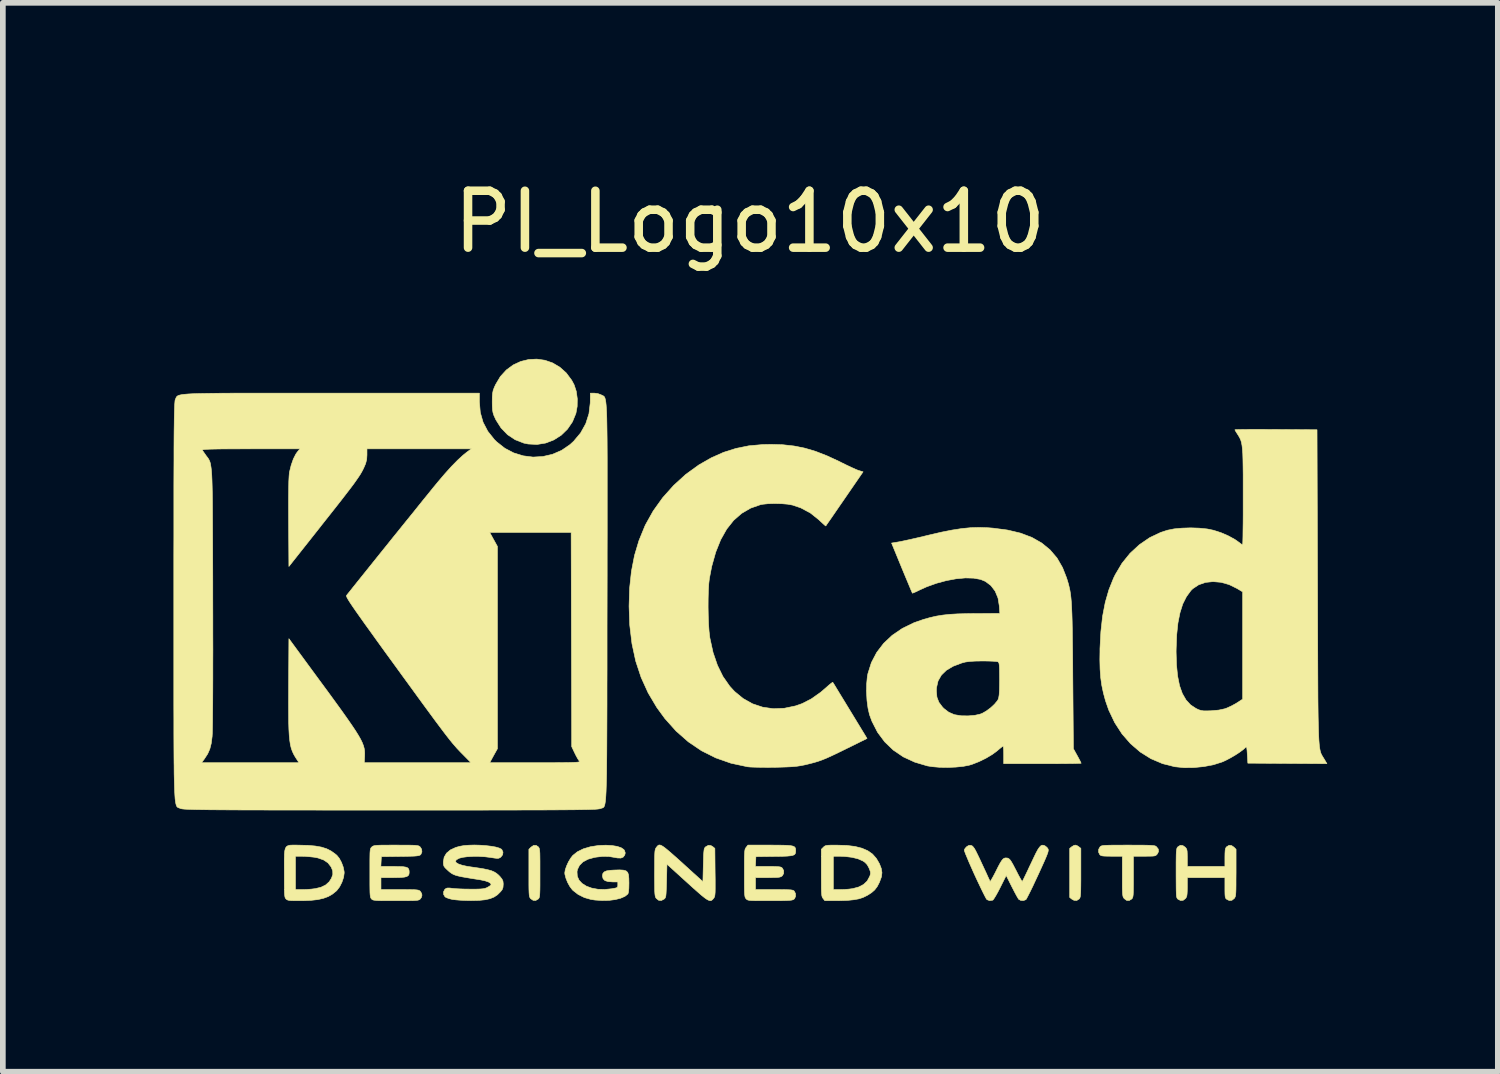
<source format=kicad_pcb>
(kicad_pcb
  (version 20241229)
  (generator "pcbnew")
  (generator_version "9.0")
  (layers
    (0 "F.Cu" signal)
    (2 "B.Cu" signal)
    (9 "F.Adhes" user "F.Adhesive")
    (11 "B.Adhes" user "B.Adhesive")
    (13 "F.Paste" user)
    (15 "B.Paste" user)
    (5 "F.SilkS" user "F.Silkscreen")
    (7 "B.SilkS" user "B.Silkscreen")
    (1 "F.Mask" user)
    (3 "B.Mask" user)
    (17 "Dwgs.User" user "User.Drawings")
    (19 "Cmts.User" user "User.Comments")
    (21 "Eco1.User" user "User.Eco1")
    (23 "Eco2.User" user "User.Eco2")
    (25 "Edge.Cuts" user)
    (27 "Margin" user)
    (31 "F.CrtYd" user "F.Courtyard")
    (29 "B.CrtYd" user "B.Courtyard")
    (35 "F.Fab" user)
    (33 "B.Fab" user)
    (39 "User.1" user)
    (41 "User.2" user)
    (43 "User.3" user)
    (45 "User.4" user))
  (footprint "PI_Logo10x10"
    (layer "F.Cu")
    (at 10.129 7.198)
    (property "Reference" "PI_Logo10x10" (at 0 -6.35 0) (layer "F.SilkS") (effects (font (size 1 1) (thickness 0.15))))
    (attr exclude_from_pos_files exclude_from_bom)
    (fp_poly (pts (xy 5.752 4.615) (xy 5.783 4.635) (xy 5.819 4.664) (xy 5.819 5.092) (xy 5.819 5.217) (xy 5.818 5.316) (xy 5.817 5.391) (xy 5.815 5.447) (xy 5.812 5.487) (xy 5.808 5.515) (xy 5.802 5.533) (xy 5.795 5.545) (xy 5.79 5.552) (xy 5.748 5.579) (xy 5.701 5.578) (xy 5.659 5.555) (xy 5.623 5.526) (xy 5.623 4.664) (xy 5.659 4.635) (xy 5.693 4.614) (xy 5.721 4.606) (xy 5.752 4.615)) (stroke (width 0.01) (type solid)) (fill yes) (layer "F.SilkS"))
    (fp_poly (pts (xy -3.718 4.636) (xy -3.709 4.647) (xy -3.702 4.66) (xy -3.697 4.679) (xy -3.693 4.708) (xy -3.69 4.751) (xy -3.689 4.811) (xy -3.688 4.89) (xy -3.688 4.994) (xy -3.688 5.095) (xy -3.688 5.22) (xy -3.688 5.318) (xy -3.689 5.393) (xy -3.691 5.449) (xy -3.694 5.489) (xy -3.698 5.516) (xy -3.703 5.533) (xy -3.711 5.545) (xy -3.718 5.553) (xy -3.762 5.579) (xy -3.808 5.577) (xy -3.85 5.549) (xy -3.86 5.537) (xy -3.867 5.524) (xy -3.873 5.506) (xy -3.877 5.479) (xy -3.88 5.439) (xy -3.882 5.383) (xy -3.883 5.308) (xy -3.883 5.209) (xy -3.883 5.097) (xy -3.883 4.68) (xy -3.846 4.643) (xy -3.801 4.612) (xy -3.756 4.611) (xy -3.718 4.636)) (stroke (width 0.01) (type solid)) (fill yes) (layer "F.SilkS"))
    (fp_poly (pts (xy -3.602 -3.916) (xy -3.466 -3.869) (xy -3.339 -3.794) (xy -3.226 -3.693) (xy -3.13 -3.564) (xy -3.087 -3.483) (xy -3.05 -3.37) (xy -3.032 -3.239) (xy -3.034 -3.105) (xy -3.056 -2.983) (xy -3.117 -2.834) (xy -3.205 -2.705) (xy -3.315 -2.598) (xy -3.444 -2.516) (xy -3.587 -2.461) (xy -3.739 -2.436) (xy -3.896 -2.444) (xy -3.973 -2.46) (xy -4.124 -2.519) (xy -4.258 -2.608) (xy -4.372 -2.726) (xy -4.463 -2.869) (xy -4.47 -2.885) (xy -4.497 -2.943) (xy -4.513 -2.993) (xy -4.522 -3.045) (xy -4.526 -3.111) (xy -4.527 -3.184) (xy -4.526 -3.271) (xy -4.521 -3.334) (xy -4.511 -3.385) (xy -4.492 -3.436) (xy -4.469 -3.487) (xy -4.384 -3.63) (xy -4.279 -3.745) (xy -4.158 -3.834) (xy -4.026 -3.895) (xy -3.886 -3.929) (xy -3.744 -3.936) (xy -3.602 -3.916)) (stroke (width 0.01) (type solid)) (fill yes) (layer "F.SilkS"))
    (fp_poly (pts (xy 6.783 4.607) (xy 6.887 4.607) (xy 6.969 4.608) (xy 7.03 4.61) (xy 7.074 4.613) (xy 7.105 4.616) (xy 7.126 4.621) (xy 7.139 4.628) (xy 7.146 4.633) (xy 7.18 4.676) (xy 7.184 4.721) (xy 7.163 4.762) (xy 7.149 4.778) (xy 7.134 4.789) (xy 7.113 4.796) (xy 7.079 4.8) (xy 7.027 4.801) (xy 6.952 4.802) (xy 6.937 4.802) (xy 6.743 4.802) (xy 6.743 5.163) (xy 6.743 5.276) (xy 6.742 5.364) (xy 6.741 5.429) (xy 6.739 5.475) (xy 6.735 5.507) (xy 6.729 5.528) (xy 6.722 5.543) (xy 6.713 5.553) (xy 6.669 5.58) (xy 6.623 5.578) (xy 6.582 5.547) (xy 6.579 5.544) (xy 6.569 5.53) (xy 6.561 5.513) (xy 6.556 5.49) (xy 6.552 5.457) (xy 6.55 5.409) (xy 6.548 5.343) (xy 6.548 5.254) (xy 6.548 5.153) (xy 6.548 4.802) (xy 6.362 4.802) (xy 6.282 4.801) (xy 6.227 4.799) (xy 6.191 4.795) (xy 6.168 4.787) (xy 6.153 4.776) (xy 6.152 4.774) (xy 6.13 4.73) (xy 6.132 4.68) (xy 6.157 4.636) (xy 6.167 4.628) (xy 6.179 4.621) (xy 6.198 4.616) (xy 6.226 4.612) (xy 6.267 4.61) (xy 6.324 4.608) (xy 6.4 4.607) (xy 6.499 4.607) (xy 6.624 4.606) (xy 6.651 4.606) (xy 6.783 4.607)) (stroke (width 0.01) (type solid)) (fill yes) (layer "F.SilkS"))
    (fp_poly (pts (xy 8.468 4.614) (xy 8.51 4.643) (xy 8.547 4.68) (xy 8.547 5.092) (xy 8.546 5.214) (xy 8.546 5.31) (xy 8.545 5.384) (xy 8.543 5.438) (xy 8.54 5.476) (xy 8.536 5.503) (xy 8.529 5.521) (xy 8.522 5.535) (xy 8.515 5.544) (xy 8.474 5.576) (xy 8.427 5.58) (xy 8.385 5.56) (xy 8.37 5.548) (xy 8.361 5.532) (xy 8.355 5.507) (xy 8.352 5.466) (xy 8.351 5.405) (xy 8.351 5.357) (xy 8.351 5.178) (xy 7.69 5.178) (xy 7.69 5.341) (xy 7.689 5.416) (xy 7.686 5.467) (xy 7.681 5.501) (xy 7.671 5.526) (xy 7.659 5.544) (xy 7.618 5.576) (xy 7.571 5.58) (xy 7.526 5.557) (xy 7.514 5.545) (xy 7.506 5.529) (xy 7.5 5.504) (xy 7.497 5.465) (xy 7.495 5.406) (xy 7.494 5.324) (xy 7.494 5.305) (xy 7.493 5.15) (xy 7.493 5.023) (xy 7.493 4.919) (xy 7.494 4.838) (xy 7.495 4.775) (xy 7.497 4.728) (xy 7.501 4.695) (xy 7.505 4.671) (xy 7.51 4.656) (xy 7.517 4.645) (xy 7.525 4.636) (xy 7.567 4.61) (xy 7.611 4.614) (xy 7.653 4.643) (xy 7.67 4.662) (xy 7.681 4.684) (xy 7.687 4.714) (xy 7.689 4.76) (xy 7.69 4.828) (xy 7.69 4.982) (xy 8.351 4.982) (xy 8.351 4.824) (xy 8.352 4.752) (xy 8.355 4.703) (xy 8.36 4.671) (xy 8.37 4.649) (xy 8.381 4.636) (xy 8.424 4.61) (xy 8.468 4.614)) (stroke (width 0.01) (type solid)) (fill yes) (layer "F.SilkS"))
    (fp_poly (pts (xy 1.531 4.607) (xy 1.703 4.612) (xy 1.849 4.63) (xy 1.971 4.661) (xy 2.073 4.705) (xy 2.157 4.764) (xy 2.224 4.84) (xy 2.278 4.932) (xy 2.279 4.934) (xy 2.311 5.017) (xy 2.323 5.09) (xy 2.314 5.164) (xy 2.283 5.248) (xy 2.278 5.261) (xy 2.239 5.336) (xy 2.195 5.394) (xy 2.139 5.443) (xy 2.062 5.492) (xy 2.057 5.494) (xy 1.99 5.527) (xy 1.915 5.551) (xy 1.825 5.567) (xy 1.718 5.578) (xy 1.586 5.582) (xy 1.54 5.583) (xy 1.319 5.583) (xy 1.288 5.544) (xy 1.279 5.531) (xy 1.272 5.516) (xy 1.266 5.494) (xy 1.263 5.464) (xy 1.26 5.42) (xy 1.259 5.388) (xy 1.468 5.388) (xy 1.593 5.388) (xy 1.666 5.386) (xy 1.741 5.38) (xy 1.802 5.372) (xy 1.806 5.372) (xy 1.916 5.342) (xy 2 5.298) (xy 2.064 5.237) (xy 2.107 5.157) (xy 2.115 5.136) (xy 2.122 5.103) (xy 2.119 5.071) (xy 2.103 5.028) (xy 2.094 5.006) (xy 2.063 4.95) (xy 2.025 4.91) (xy 1.984 4.883) (xy 1.902 4.847) (xy 1.796 4.821) (xy 1.673 4.806) (xy 1.584 4.802) (xy 1.468 4.802) (xy 1.468 5.388) (xy 1.259 5.388) (xy 1.258 5.36) (xy 1.258 5.279) (xy 1.257 5.174) (xy 1.257 5.092) (xy 1.257 4.68) (xy 1.294 4.643) (xy 1.31 4.628) (xy 1.328 4.618) (xy 1.353 4.612) (xy 1.39 4.608) (xy 1.446 4.607) (xy 1.526 4.607) (xy 1.531 4.607)) (stroke (width 0.01) (type solid)) (fill yes) (layer "F.SilkS"))
    (fp_poly (pts (xy -7.975 4.606) (xy -7.922 4.607) (xy -7.768 4.611) (xy -7.639 4.622) (xy -7.531 4.641) (xy -7.439 4.67) (xy -7.358 4.711) (xy -7.286 4.763) (xy -7.259 4.785) (xy -7.216 4.838) (xy -7.177 4.91) (xy -7.147 4.99) (xy -7.131 5.067) (xy -7.129 5.095) (xy -7.14 5.173) (xy -7.169 5.259) (xy -7.21 5.34) (xy -7.259 5.404) (xy -7.267 5.412) (xy -7.335 5.467) (xy -7.409 5.51) (xy -7.493 5.541) (xy -7.593 5.564) (xy -7.712 5.577) (xy -7.854 5.583) (xy -7.919 5.583) (xy -8.002 5.583) (xy -8.06 5.581) (xy -8.099 5.578) (xy -8.125 5.571) (xy -8.142 5.562) (xy -8.151 5.553) (xy -8.16 5.543) (xy -8.167 5.53) (xy -8.172 5.511) (xy -8.176 5.481) (xy -8.179 5.439) (xy -8.18 5.379) (xy -8.181 5.299) (xy -8.181 5.196) (xy -8.181 5.095) (xy -8.182 4.961) (xy -8.182 4.853) (xy -8.18 4.802) (xy -7.986 4.802) (xy -7.986 5.388) (xy -7.862 5.388) (xy -7.787 5.386) (xy -7.709 5.38) (xy -7.644 5.372) (xy -7.642 5.372) (xy -7.537 5.347) (xy -7.455 5.307) (xy -7.393 5.251) (xy -7.353 5.189) (xy -7.329 5.122) (xy -7.331 5.058) (xy -7.359 4.99) (xy -7.414 4.919) (xy -7.491 4.867) (xy -7.59 4.832) (xy -7.657 4.819) (xy -7.732 4.811) (xy -7.812 4.804) (xy -7.881 4.802) (xy -7.885 4.802) (xy -7.986 4.802) (xy -8.18 4.802) (xy -8.18 4.77) (xy -8.174 4.708) (xy -8.163 4.663) (xy -8.145 4.634) (xy -8.119 4.617) (xy -8.083 4.608) (xy -8.036 4.606) (xy -7.975 4.606)) (stroke (width 0.01) (type solid)) (fill yes) (layer "F.SilkS"))
    (fp_poly (pts (xy -1.556 4.612) (xy -1.524 4.631) (xy -1.483 4.661) (xy -1.431 4.704) (xy -1.364 4.762) (xy -1.281 4.835) (xy -1.18 4.926) (xy -1.065 5.031) (xy -0.824 5.249) (xy -0.817 4.957) (xy -0.814 4.856) (xy -0.812 4.781) (xy -0.808 4.727) (xy -0.804 4.691) (xy -0.799 4.667) (xy -0.79 4.651) (xy -0.78 4.64) (xy -0.774 4.635) (xy -0.728 4.61) (xy -0.684 4.614) (xy -0.649 4.635) (xy -0.614 4.664) (xy -0.61 5.083) (xy -0.608 5.206) (xy -0.608 5.303) (xy -0.608 5.377) (xy -0.609 5.432) (xy -0.612 5.471) (xy -0.616 5.499) (xy -0.621 5.518) (xy -0.629 5.532) (xy -0.637 5.543) (xy -0.655 5.564) (xy -0.673 5.578) (xy -0.693 5.583) (xy -0.718 5.578) (xy -0.751 5.562) (xy -0.793 5.533) (xy -0.848 5.489) (xy -0.917 5.429) (xy -1.004 5.352) (xy -1.102 5.263) (xy -1.456 4.942) (xy -1.463 5.234) (xy -1.466 5.335) (xy -1.469 5.41) (xy -1.472 5.463) (xy -1.476 5.5) (xy -1.482 5.523) (xy -1.49 5.539) (xy -1.501 5.55) (xy -1.506 5.555) (xy -1.555 5.58) (xy -1.602 5.576) (xy -1.642 5.544) (xy -1.652 5.531) (xy -1.659 5.515) (xy -1.664 5.494) (xy -1.668 5.464) (xy -1.671 5.42) (xy -1.672 5.359) (xy -1.673 5.278) (xy -1.674 5.173) (xy -1.674 5.095) (xy -1.673 4.973) (xy -1.673 4.878) (xy -1.672 4.805) (xy -1.67 4.751) (xy -1.667 4.713) (xy -1.662 4.686) (xy -1.656 4.668) (xy -1.648 4.654) (xy -1.642 4.646) (xy -1.627 4.627) (xy -1.613 4.613) (xy -1.598 4.605) (xy -1.58 4.604) (xy -1.556 4.612)) (stroke (width 0.01) (type solid)) (fill yes) (layer "F.SilkS"))
    (fp_poly (pts (xy -2.421 4.614) (xy -2.33 4.629) (xy -2.26 4.653) (xy -2.214 4.684) (xy -2.202 4.702) (xy -2.189 4.744) (xy -2.198 4.781) (xy -2.225 4.817) (xy -2.266 4.834) (xy -2.327 4.832) (xy -2.374 4.823) (xy -2.478 4.806) (xy -2.584 4.804) (xy -2.703 4.818) (xy -2.736 4.824) (xy -2.846 4.855) (xy -2.933 4.902) (xy -2.994 4.963) (xy -3.03 5.037) (xy -3.037 5.075) (xy -3.032 5.154) (xy -3.001 5.223) (xy -2.947 5.281) (xy -2.872 5.328) (xy -2.779 5.362) (xy -2.671 5.382) (xy -2.551 5.386) (xy -2.422 5.373) (xy -2.415 5.371) (xy -2.364 5.362) (xy -2.335 5.353) (xy -2.323 5.339) (xy -2.32 5.316) (xy -2.32 5.304) (xy -2.32 5.253) (xy -2.411 5.253) (xy -2.492 5.247) (xy -2.546 5.23) (xy -2.578 5.198) (xy -2.59 5.152) (xy -2.59 5.146) (xy -2.583 5.106) (xy -2.56 5.078) (xy -2.517 5.059) (xy -2.45 5.049) (xy -2.385 5.045) (xy -2.291 5.042) (xy -2.223 5.046) (xy -2.176 5.059) (xy -2.147 5.085) (xy -2.132 5.127) (xy -2.126 5.191) (xy -2.124 5.273) (xy -2.126 5.366) (xy -2.132 5.429) (xy -2.141 5.462) (xy -2.143 5.465) (xy -2.195 5.507) (xy -2.271 5.54) (xy -2.366 5.564) (xy -2.476 5.578) (xy -2.596 5.58) (xy -2.72 5.572) (xy -2.793 5.561) (xy -2.908 5.528) (xy -3.015 5.475) (xy -3.104 5.406) (xy -3.118 5.393) (xy -3.162 5.335) (xy -3.202 5.263) (xy -3.232 5.188) (xy -3.25 5.119) (xy -3.252 5.093) (xy -3.243 5.038) (xy -3.219 4.97) (xy -3.186 4.898) (xy -3.146 4.833) (xy -3.112 4.789) (xy -3.031 4.724) (xy -2.926 4.672) (xy -2.801 4.635) (xy -2.66 4.613) (xy -2.53 4.608) (xy -2.421 4.614)) (stroke (width 0.01) (type solid)) (fill yes) (layer "F.SilkS"))
    (fp_poly (pts (xy 0.482 4.607) (xy 0.583 4.608) (xy 0.661 4.611) (xy 0.719 4.616) (xy 0.758 4.624) (xy 0.784 4.636) (xy 0.798 4.652) (xy 0.805 4.673) (xy 0.806 4.699) (xy 0.806 4.703) (xy 0.805 4.733) (xy 0.799 4.756) (xy 0.784 4.774) (xy 0.757 4.786) (xy 0.715 4.794) (xy 0.655 4.8) (xy 0.572 4.803) (xy 0.463 4.805) (xy 0.43 4.805) (xy 0.107 4.809) (xy 0.103 4.896) (xy 0.098 4.982) (xy 0.322 4.982) (xy 0.41 4.982) (xy 0.472 4.984) (xy 0.515 4.987) (xy 0.542 4.992) (xy 0.56 5) (xy 0.573 5.012) (xy 0.573 5.012) (xy 0.596 5.056) (xy 0.595 5.105) (xy 0.571 5.146) (xy 0.566 5.15) (xy 0.549 5.161) (xy 0.525 5.169) (xy 0.49 5.174) (xy 0.438 5.176) (xy 0.364 5.177) (xy 0.316 5.178) (xy 0.1 5.178) (xy 0.1 5.388) (xy 0.428 5.388) (xy 0.537 5.388) (xy 0.619 5.389) (xy 0.679 5.391) (xy 0.721 5.393) (xy 0.749 5.398) (xy 0.767 5.404) (xy 0.778 5.412) (xy 0.781 5.415) (xy 0.803 5.457) (xy 0.805 5.505) (xy 0.787 5.547) (xy 0.773 5.56) (xy 0.758 5.567) (xy 0.736 5.573) (xy 0.702 5.577) (xy 0.653 5.58) (xy 0.585 5.582) (xy 0.495 5.583) (xy 0.379 5.583) (xy 0.353 5.583) (xy 0.235 5.583) (xy 0.143 5.583) (xy 0.075 5.582) (xy 0.025 5.58) (xy -0.01 5.577) (xy -0.033 5.572) (xy -0.048 5.565) (xy -0.059 5.557) (xy -0.065 5.55) (xy -0.074 5.539) (xy -0.081 5.526) (xy -0.086 5.506) (xy -0.09 5.477) (xy -0.093 5.434) (xy -0.094 5.374) (xy -0.095 5.294) (xy -0.095 5.189) (xy -0.095 5.102) (xy -0.095 4.979) (xy -0.095 4.882) (xy -0.094 4.808) (xy -0.092 4.754) (xy -0.089 4.715) (xy -0.085 4.688) (xy -0.079 4.669) (xy -0.071 4.655) (xy -0.064 4.646) (xy -0.033 4.606) (xy 0.353 4.606) (xy 0.482 4.607)) (stroke (width 0.01) (type solid)) (fill yes) (layer "F.SilkS"))
    (fp_poly (pts (xy -6.099 4.607) (xy -6.007 4.607) (xy -5.937 4.608) (xy -5.886 4.61) (xy -5.851 4.614) (xy -5.827 4.618) (xy -5.811 4.625) (xy -5.799 4.633) (xy -5.795 4.637) (xy -5.768 4.678) (xy -5.763 4.726) (xy -5.781 4.768) (xy -5.789 4.777) (xy -5.802 4.785) (xy -5.823 4.791) (xy -5.855 4.796) (xy -5.903 4.8) (xy -5.971 4.802) (xy -6.062 4.804) (xy -6.146 4.805) (xy -6.476 4.809) (xy -6.485 4.982) (xy -6.261 4.982) (xy -6.164 4.983) (xy -6.092 4.986) (xy -6.043 4.994) (xy -6.012 5.007) (xy -5.995 5.028) (xy -5.988 5.057) (xy -5.987 5.084) (xy -5.99 5.117) (xy -6.003 5.141) (xy -6.028 5.158) (xy -6.071 5.169) (xy -6.133 5.175) (xy -6.221 5.177) (xy -6.268 5.178) (xy -6.483 5.178) (xy -6.483 5.388) (xy -6.152 5.388) (xy -6.044 5.388) (xy -5.962 5.389) (xy -5.901 5.39) (xy -5.859 5.393) (xy -5.83 5.397) (xy -5.811 5.404) (xy -5.798 5.412) (xy -5.792 5.418) (xy -5.769 5.454) (xy -5.762 5.486) (xy -5.772 5.525) (xy -5.792 5.553) (xy -5.802 5.562) (xy -5.816 5.569) (xy -5.836 5.575) (xy -5.866 5.578) (xy -5.911 5.581) (xy -5.973 5.582) (xy -6.056 5.583) (xy -6.164 5.583) (xy -6.22 5.583) (xy -6.34 5.583) (xy -6.434 5.583) (xy -6.505 5.582) (xy -6.556 5.58) (xy -6.592 5.576) (xy -6.617 5.572) (xy -6.633 5.566) (xy -6.644 5.558) (xy -6.648 5.553) (xy -6.657 5.543) (xy -6.664 5.53) (xy -6.669 5.511) (xy -6.673 5.481) (xy -6.676 5.438) (xy -6.677 5.379) (xy -6.678 5.298) (xy -6.678 5.194) (xy -6.678 5.097) (xy -6.678 4.973) (xy -6.678 4.876) (xy -6.677 4.801) (xy -6.676 4.746) (xy -6.673 4.707) (xy -6.669 4.681) (xy -6.663 4.663) (xy -6.656 4.651) (xy -6.646 4.641) (xy -6.644 4.639) (xy -6.632 4.629) (xy -6.619 4.622) (xy -6.6 4.616) (xy -6.571 4.612) (xy -6.53 4.609) (xy -6.472 4.607) (xy -6.394 4.607) (xy -6.291 4.606) (xy -6.218 4.606) (xy -6.099 4.607)) (stroke (width 0.01) (type solid)) (fill yes) (layer "F.SilkS"))
    (fp_poly (pts (xy 5.161 4.609) (xy 5.187 4.618) (xy 5.188 4.619) (xy 5.223 4.646) (xy 5.243 4.674) (xy 5.246 4.687) (xy 5.246 4.704) (xy 5.241 4.729) (xy 5.229 4.764) (xy 5.21 4.812) (xy 5.182 4.878) (xy 5.144 4.962) (xy 5.095 5.07) (xy 5.068 5.129) (xy 5.019 5.233) (xy 4.974 5.33) (xy 4.933 5.414) (xy 4.898 5.483) (xy 4.872 5.533) (xy 4.856 5.561) (xy 4.852 5.565) (xy 4.811 5.581) (xy 4.764 5.579) (xy 4.727 5.559) (xy 4.725 5.557) (xy 4.711 5.534) (xy 4.686 5.491) (xy 4.654 5.431) (xy 4.618 5.361) (xy 4.605 5.336) (xy 4.507 5.14) (xy 4.401 5.352) (xy 4.363 5.426) (xy 4.328 5.489) (xy 4.298 5.538) (xy 4.277 5.568) (xy 4.27 5.574) (xy 4.215 5.582) (xy 4.169 5.565) (xy 4.155 5.546) (xy 4.132 5.503) (xy 4.101 5.442) (xy 4.064 5.366) (xy 4.022 5.278) (xy 3.978 5.185) (xy 3.934 5.089) (xy 3.892 4.994) (xy 3.853 4.906) (xy 3.82 4.827) (xy 3.793 4.763) (xy 3.776 4.717) (xy 3.77 4.693) (xy 3.77 4.692) (xy 3.785 4.663) (xy 3.814 4.633) (xy 3.816 4.631) (xy 3.852 4.611) (xy 3.885 4.611) (xy 3.898 4.615) (xy 3.913 4.623) (xy 3.929 4.64) (xy 3.949 4.667) (xy 3.973 4.71) (xy 4.003 4.771) (xy 4.043 4.854) (xy 4.078 4.93) (xy 4.119 5.018) (xy 4.156 5.097) (xy 4.186 5.164) (xy 4.209 5.213) (xy 4.221 5.241) (xy 4.223 5.245) (xy 4.231 5.238) (xy 4.25 5.208) (xy 4.277 5.16) (xy 4.31 5.098) (xy 4.323 5.072) (xy 4.366 4.986) (xy 4.4 4.923) (xy 4.427 4.88) (xy 4.449 4.853) (xy 4.469 4.838) (xy 4.491 4.832) (xy 4.505 4.832) (xy 4.529 4.834) (xy 4.551 4.843) (xy 4.573 4.863) (xy 4.597 4.897) (xy 4.627 4.949) (xy 4.665 5.022) (xy 4.687 5.064) (xy 4.721 5.131) (xy 4.751 5.186) (xy 4.774 5.226) (xy 4.787 5.244) (xy 4.789 5.245) (xy 4.798 5.23) (xy 4.817 5.193) (xy 4.845 5.135) (xy 4.88 5.062) (xy 4.919 4.978) (xy 4.939 4.937) (xy 4.99 4.829) (xy 5.03 4.746) (xy 5.063 4.685) (xy 5.091 4.644) (xy 5.115 4.619) (xy 5.137 4.608) (xy 5.161 4.609)) (stroke (width 0.01) (type solid)) (fill yes) (layer "F.SilkS"))
    (fp_poly (pts (xy -4.74 4.608) (xy -4.64 4.615) (xy -4.548 4.626) (xy -4.467 4.64) (xy -4.405 4.658) (xy -4.365 4.678) (xy -4.359 4.684) (xy -4.338 4.73) (xy -4.345 4.777) (xy -4.377 4.818) (xy -4.379 4.819) (xy -4.398 4.831) (xy -4.418 4.838) (xy -4.446 4.839) (xy -4.489 4.834) (xy -4.554 4.824) (xy -4.559 4.823) (xy -4.656 4.811) (xy -4.761 4.805) (xy -4.865 4.805) (xy -4.963 4.81) (xy -5.047 4.821) (xy -5.108 4.837) (xy -5.112 4.839) (xy -5.157 4.864) (xy -5.173 4.889) (xy -5.161 4.914) (xy -5.121 4.938) (xy -5.056 4.96) (xy -4.965 4.98) (xy -4.905 4.989) (xy -4.78 5.007) (xy -4.68 5.023) (xy -4.601 5.04) (xy -4.54 5.057) (xy -4.492 5.078) (xy -4.453 5.102) (xy -4.417 5.132) (xy -4.389 5.161) (xy -4.356 5.203) (xy -4.339 5.238) (xy -4.334 5.281) (xy -4.334 5.297) (xy -4.338 5.35) (xy -4.353 5.39) (xy -4.38 5.424) (xy -4.434 5.478) (xy -4.495 5.519) (xy -4.567 5.548) (xy -4.653 5.567) (xy -4.76 5.578) (xy -4.891 5.581) (xy -4.912 5.581) (xy -5 5.579) (xy -5.086 5.575) (xy -5.163 5.569) (xy -5.22 5.562) (xy -5.224 5.562) (xy -5.281 5.548) (xy -5.329 5.531) (xy -5.356 5.516) (xy -5.381 5.475) (xy -5.383 5.428) (xy -5.361 5.385) (xy -5.356 5.381) (xy -5.336 5.366) (xy -5.311 5.36) (xy -5.272 5.361) (xy -5.224 5.367) (xy -5.172 5.372) (xy -5.098 5.376) (xy -5.011 5.379) (xy -4.921 5.38) (xy -4.897 5.38) (xy -4.807 5.38) (xy -4.741 5.378) (xy -4.693 5.374) (xy -4.658 5.368) (xy -4.63 5.358) (xy -4.613 5.35) (xy -4.575 5.328) (xy -4.551 5.308) (xy -4.548 5.302) (xy -4.555 5.279) (xy -4.59 5.256) (xy -4.65 5.235) (xy -4.733 5.217) (xy -4.758 5.213) (xy -4.886 5.193) (xy -4.987 5.176) (xy -5.068 5.162) (xy -5.13 5.148) (xy -5.178 5.134) (xy -5.216 5.118) (xy -5.248 5.099) (xy -5.278 5.077) (xy -5.309 5.049) (xy -5.32 5.039) (xy -5.357 5.003) (xy -5.377 4.974) (xy -5.385 4.941) (xy -5.386 4.899) (xy -5.372 4.818) (xy -5.331 4.748) (xy -5.263 4.691) (xy -5.168 4.647) (xy -5.1 4.628) (xy -5.027 4.615) (xy -4.939 4.608) (xy -4.841 4.605) (xy -4.74 4.608)) (stroke (width 0.01) (type solid)) (fill yes) (layer "F.SilkS"))
    (fp_poly (pts (xy 0.581 -2.431) (xy 0.777 -2.409) (xy 0.967 -2.371) (xy 1.158 -2.314) (xy 1.358 -2.236) (xy 1.576 -2.135) (xy 1.615 -2.115) (xy 1.705 -2.071) (xy 1.79 -2.031) (xy 1.861 -1.999) (xy 1.91 -1.979) (xy 1.918 -1.977) (xy 1.991 -1.955) (xy 1.665 -1.481) (xy 1.585 -1.365) (xy 1.512 -1.259) (xy 1.449 -1.167) (xy 1.397 -1.092) (xy 1.359 -1.038) (xy 1.339 -1.008) (xy 1.335 -1.003) (xy 1.322 -1.013) (xy 1.288 -1.043) (xy 1.24 -1.087) (xy 1.214 -1.112) (xy 1.065 -1.231) (xy 0.897 -1.321) (xy 0.753 -1.37) (xy 0.666 -1.386) (xy 0.558 -1.395) (xy 0.44 -1.398) (xy 0.326 -1.395) (xy 0.229 -1.385) (xy 0.19 -1.378) (xy 0.015 -1.317) (xy -0.143 -1.225) (xy -0.284 -1.102) (xy -0.407 -0.947) (xy -0.512 -0.76) (xy -0.599 -0.543) (xy -0.669 -0.294) (xy -0.71 -0.082) (xy -0.721 0.012) (xy -0.728 0.134) (xy -0.732 0.273) (xy -0.733 0.423) (xy -0.73 0.575) (xy -0.725 0.718) (xy -0.716 0.846) (xy -0.704 0.949) (xy -0.702 0.964) (xy -0.646 1.22) (xy -0.569 1.445) (xy -0.472 1.643) (xy -0.353 1.813) (xy -0.269 1.905) (xy -0.117 2.03) (xy 0.049 2.123) (xy 0.227 2.182) (xy 0.414 2.209) (xy 0.607 2.201) (xy 0.803 2.16) (xy 0.92 2.119) (xy 1.08 2.037) (xy 1.246 1.92) (xy 1.339 1.84) (xy 1.391 1.794) (xy 1.432 1.761) (xy 1.455 1.745) (xy 1.458 1.744) (xy 1.469 1.761) (xy 1.496 1.804) (xy 1.537 1.872) (xy 1.59 1.959) (xy 1.653 2.062) (xy 1.723 2.177) (xy 1.762 2.241) (xy 2.061 2.732) (xy 1.688 2.916) (xy 1.553 2.982) (xy 1.444 3.034) (xy 1.354 3.075) (xy 1.276 3.107) (xy 1.203 3.133) (xy 1.13 3.155) (xy 1.049 3.176) (xy 0.971 3.195) (xy 0.901 3.209) (xy 0.829 3.22) (xy 0.746 3.228) (xy 0.645 3.233) (xy 0.52 3.237) (xy 0.435 3.239) (xy 0.315 3.24) (xy 0.199 3.239) (xy 0.096 3.237) (xy 0.013 3.234) (xy -0.042 3.229) (xy -0.045 3.228) (xy -0.33 3.167) (xy -0.598 3.073) (xy -0.848 2.948) (xy -1.08 2.791) (xy -1.295 2.602) (xy -1.492 2.382) (xy -1.635 2.186) (xy -1.787 1.93) (xy -1.91 1.659) (xy -2.005 1.372) (xy -2.071 1.066) (xy -2.11 0.74) (xy -2.122 0.408) (xy -2.112 0.087) (xy -2.08 -0.209) (xy -2.026 -0.486) (xy -1.948 -0.747) (xy -1.845 -0.999) (xy -1.833 -1.025) (xy -1.697 -1.268) (xy -1.531 -1.5) (xy -1.338 -1.716) (xy -1.125 -1.91) (xy -0.894 -2.077) (xy -0.679 -2.2) (xy -0.462 -2.297) (xy -0.244 -2.366) (xy -0.018 -2.412) (xy 0.226 -2.434) (xy 0.372 -2.437) (xy 0.581 -2.431)) (stroke (width 0.01) (type solid)) (fill yes) (layer "F.SilkS"))
    (fp_poly (pts (xy 9.042 -2.7) (xy 9.196 -2.699) (xy 9.248 -2.699) (xy 9.97 -2.694) (xy 9.979 0.073) (xy 9.98 0.448) (xy 9.981 0.788) (xy 9.982 1.096) (xy 9.983 1.373) (xy 9.984 1.621) (xy 9.985 1.841) (xy 9.986 2.036) (xy 9.988 2.206) (xy 9.99 2.354) (xy 9.993 2.482) (xy 9.996 2.592) (xy 9.999 2.684) (xy 10.003 2.761) (xy 10.008 2.825) (xy 10.013 2.877) (xy 10.02 2.92) (xy 10.027 2.954) (xy 10.035 2.982) (xy 10.044 3.005) (xy 10.055 3.026) (xy 10.066 3.045) (xy 10.079 3.066) (xy 10.093 3.089) (xy 10.096 3.093) (xy 10.144 3.175) (xy 8.754 3.166) (xy 8.745 3.013) (xy 8.74 2.94) (xy 8.735 2.898) (xy 8.728 2.881) (xy 8.717 2.884) (xy 8.709 2.894) (xy 8.67 2.929) (xy 8.608 2.975) (xy 8.531 3.025) (xy 8.447 3.074) (xy 8.365 3.117) (xy 8.302 3.145) (xy 8.155 3.192) (xy 7.986 3.225) (xy 7.808 3.243) (xy 7.633 3.245) (xy 7.474 3.229) (xy 7.472 3.229) (xy 7.254 3.174) (xy 7.05 3.087) (xy 6.863 2.97) (xy 6.693 2.824) (xy 6.542 2.651) (xy 6.414 2.453) (xy 6.309 2.232) (xy 6.252 2.068) (xy 6.215 1.931) (xy 6.187 1.799) (xy 6.168 1.663) (xy 6.157 1.514) (xy 6.153 1.347) (xy 6.155 1.209) (xy 7.493 1.209) (xy 7.5 1.439) (xy 7.52 1.637) (xy 7.554 1.805) (xy 7.603 1.943) (xy 7.668 2.055) (xy 7.748 2.142) (xy 7.842 2.204) (xy 7.89 2.227) (xy 7.932 2.24) (xy 7.979 2.247) (xy 8.042 2.247) (xy 8.11 2.245) (xy 8.243 2.233) (xy 8.349 2.21) (xy 8.382 2.198) (xy 8.458 2.164) (xy 8.538 2.121) (xy 8.572 2.1) (xy 8.663 2.041) (xy 8.663 0.155) (xy 8.563 0.095) (xy 8.424 0.027) (xy 8.282 -0.013) (xy 8.142 -0.025) (xy 8.009 -0.011) (xy 7.889 0.031) (xy 7.787 0.099) (xy 7.754 0.131) (xy 7.675 0.239) (xy 7.61 0.368) (xy 7.561 0.523) (xy 7.525 0.704) (xy 7.503 0.915) (xy 7.494 1.157) (xy 7.493 1.209) (xy 6.155 1.209) (xy 6.155 1.152) (xy 6.171 0.854) (xy 6.201 0.584) (xy 6.248 0.34) (xy 6.312 0.118) (xy 6.394 -0.087) (xy 6.424 -0.148) (xy 6.542 -0.347) (xy 6.684 -0.523) (xy 6.848 -0.674) (xy 7.029 -0.798) (xy 7.225 -0.891) (xy 7.343 -0.929) (xy 7.458 -0.952) (xy 7.597 -0.965) (xy 7.748 -0.97) (xy 7.898 -0.965) (xy 8.038 -0.951) (xy 8.15 -0.928) (xy 8.283 -0.885) (xy 8.412 -0.829) (xy 8.525 -0.767) (xy 8.585 -0.725) (xy 8.627 -0.693) (xy 8.656 -0.674) (xy 8.662 -0.671) (xy 8.664 -0.689) (xy 8.666 -0.739) (xy 8.668 -0.819) (xy 8.669 -0.924) (xy 8.671 -1.051) (xy 8.672 -1.197) (xy 8.672 -1.357) (xy 8.672 -1.521) (xy 8.672 -1.731) (xy 8.672 -1.908) (xy 8.67 -2.055) (xy 8.668 -2.176) (xy 8.665 -2.274) (xy 8.659 -2.353) (xy 8.652 -2.416) (xy 8.643 -2.467) (xy 8.631 -2.508) (xy 8.616 -2.543) (xy 8.598 -2.576) (xy 8.577 -2.61) (xy 8.574 -2.614) (xy 8.546 -2.658) (xy 8.529 -2.688) (xy 8.527 -2.694) (xy 8.545 -2.696) (xy 8.595 -2.698) (xy 8.673 -2.699) (xy 8.776 -2.7) (xy 8.9 -2.7) (xy 9.042 -2.7)) (stroke (width 0.01) (type solid)) (fill yes) (layer "F.SilkS"))
    (fp_poly (pts (xy 4.186 -0.972) (xy 4.276 -0.965) (xy 4.533 -0.931) (xy 4.76 -0.877) (xy 4.96 -0.801) (xy 5.132 -0.703) (xy 5.278 -0.583) (xy 5.4 -0.44) (xy 5.497 -0.272) (xy 5.568 -0.091) (xy 5.586 -0.033) (xy 5.602 0.021) (xy 5.615 0.075) (xy 5.627 0.13) (xy 5.637 0.191) (xy 5.645 0.26) (xy 5.652 0.339) (xy 5.657 0.433) (xy 5.662 0.543) (xy 5.666 0.672) (xy 5.669 0.825) (xy 5.671 1.003) (xy 5.674 1.209) (xy 5.676 1.447) (xy 5.677 1.633) (xy 5.688 2.912) (xy 5.756 3.035) (xy 5.788 3.094) (xy 5.812 3.14) (xy 5.823 3.165) (xy 5.824 3.167) (xy 5.806 3.168) (xy 5.757 3.17) (xy 5.678 3.172) (xy 5.576 3.173) (xy 5.453 3.174) (xy 5.314 3.175) (xy 5.162 3.175) (xy 5.144 3.175) (xy 4.463 3.175) (xy 4.463 3.021) (xy 4.462 2.951) (xy 4.459 2.898) (xy 4.454 2.869) (xy 4.452 2.867) (xy 4.434 2.878) (xy 4.397 2.907) (xy 4.349 2.948) (xy 4.348 2.949) (xy 4.26 3.014) (xy 4.149 3.08) (xy 4.028 3.139) (xy 3.908 3.186) (xy 3.855 3.202) (xy 3.751 3.222) (xy 3.622 3.235) (xy 3.481 3.241) (xy 3.34 3.239) (xy 3.211 3.228) (xy 3.121 3.214) (xy 2.899 3.148) (xy 2.699 3.056) (xy 2.522 2.936) (xy 2.371 2.791) (xy 2.245 2.622) (xy 2.147 2.43) (xy 2.104 2.313) (xy 2.078 2.2) (xy 2.06 2.064) (xy 2.052 1.917) (xy 2.052 1.896) (xy 3.279 1.896) (xy 3.289 2.005) (xy 3.323 2.095) (xy 3.386 2.179) (xy 3.41 2.204) (xy 3.496 2.27) (xy 3.594 2.313) (xy 3.713 2.333) (xy 3.837 2.335) (xy 3.956 2.325) (xy 4.046 2.305) (xy 4.086 2.29) (xy 4.156 2.25) (xy 4.232 2.194) (xy 4.3 2.131) (xy 4.351 2.07) (xy 4.365 2.047) (xy 4.375 2.016) (xy 4.383 1.967) (xy 4.388 1.894) (xy 4.39 1.793) (xy 4.391 1.697) (xy 4.39 1.585) (xy 4.389 1.504) (xy 4.386 1.449) (xy 4.381 1.414) (xy 4.373 1.394) (xy 4.362 1.384) (xy 4.359 1.383) (xy 4.33 1.378) (xy 4.272 1.374) (xy 4.193 1.371) (xy 4.102 1.37) (xy 4.082 1.37) (xy 3.96 1.372) (xy 3.866 1.378) (xy 3.791 1.388) (xy 3.729 1.404) (xy 3.575 1.462) (xy 3.455 1.533) (xy 3.367 1.619) (xy 3.309 1.721) (xy 3.282 1.839) (xy 3.279 1.896) (xy 2.052 1.896) (xy 2.054 1.774) (xy 2.066 1.645) (xy 2.076 1.592) (xy 2.137 1.399) (xy 2.23 1.221) (xy 2.353 1.06) (xy 2.504 0.918) (xy 2.682 0.797) (xy 2.885 0.698) (xy 3.057 0.638) (xy 3.172 0.606) (xy 3.282 0.581) (xy 3.395 0.563) (xy 3.516 0.55) (xy 3.654 0.542) (xy 3.816 0.538) (xy 3.962 0.536) (xy 4.395 0.535) (xy 4.386 0.405) (xy 4.363 0.264) (xy 4.313 0.143) (xy 4.238 0.044) (xy 4.141 -0.029) (xy 4.056 -0.064) (xy 3.934 -0.086) (xy 3.789 -0.09) (xy 3.627 -0.075) (xy 3.455 -0.043) (xy 3.281 0.004) (xy 3.111 0.065) (xy 2.987 0.121) (xy 2.928 0.15) (xy 2.882 0.17) (xy 2.859 0.178) (xy 2.858 0.178) (xy 2.85 0.16) (xy 2.83 0.114) (xy 2.8 0.042) (xy 2.762 -0.049) (xy 2.717 -0.156) (xy 2.672 -0.265) (xy 2.492 -0.703) (xy 2.62 -0.724) (xy 2.676 -0.735) (xy 2.76 -0.753) (xy 2.864 -0.776) (xy 2.982 -0.803) (xy 3.107 -0.833) (xy 3.157 -0.845) (xy 3.372 -0.895) (xy 3.56 -0.932) (xy 3.728 -0.958) (xy 3.884 -0.973) (xy 4.034 -0.977) (xy 4.186 -0.972)) (stroke (width 0.01) (type solid)) (fill yes) (layer "F.SilkS"))
    (fp_poly (pts (xy -7.87 -3.338) (xy -7.521 -3.338) (xy -7.358 -3.338) (xy -4.753 -3.338) (xy -4.753 -3.185) (xy -4.737 -2.998) (xy -4.688 -2.826) (xy -4.605 -2.667) (xy -4.488 -2.52) (xy -4.448 -2.481) (xy -4.306 -2.369) (xy -4.149 -2.287) (xy -3.982 -2.236) (xy -3.81 -2.214) (xy -3.637 -2.224) (xy -3.468 -2.263) (xy -3.308 -2.332) (xy -3.162 -2.432) (xy -3.096 -2.492) (xy -2.973 -2.639) (xy -2.883 -2.801) (xy -2.827 -2.976) (xy -2.805 -3.161) (xy -2.804 -3.18) (xy -2.803 -3.338) (xy -2.733 -3.338) (xy -2.671 -3.33) (xy -2.615 -3.309) (xy -2.611 -3.307) (xy -2.598 -3.301) (xy -2.587 -3.296) (xy -2.576 -3.29) (xy -2.566 -3.284) (xy -2.557 -3.274) (xy -2.549 -3.26) (xy -2.542 -3.239) (xy -2.536 -3.211) (xy -2.53 -3.174) (xy -2.525 -3.127) (xy -2.521 -3.067) (xy -2.517 -2.994) (xy -2.514 -2.906) (xy -2.512 -2.801) (xy -2.51 -2.678) (xy -2.508 -2.535) (xy -2.507 -2.372) (xy -2.506 -2.186) (xy -2.506 -1.976) (xy -2.506 -1.74) (xy -2.506 -1.477) (xy -2.506 -1.185) (xy -2.506 -0.864) (xy -2.507 -0.511) (xy -2.507 -0.124) (xy -2.508 0.297) (xy -2.508 0.348) (xy -2.509 0.771) (xy -2.509 1.16) (xy -2.509 1.516) (xy -2.51 1.839) (xy -2.51 2.133) (xy -2.511 2.398) (xy -2.512 2.635) (xy -2.513 2.847) (xy -2.514 3.034) (xy -2.516 3.199) (xy -2.517 3.342) (xy -2.52 3.466) (xy -2.523 3.571) (xy -2.526 3.66) (xy -2.53 3.733) (xy -2.534 3.793) (xy -2.539 3.84) (xy -2.545 3.877) (xy -2.551 3.904) (xy -2.558 3.924) (xy -2.566 3.937) (xy -2.575 3.946) (xy -2.585 3.951) (xy -2.596 3.955) (xy -2.608 3.958) (xy -2.621 3.963) (xy -2.624 3.964) (xy -2.634 3.967) (xy -2.651 3.97) (xy -2.676 3.973) (xy -2.71 3.976) (xy -2.756 3.978) (xy -2.814 3.98) (xy -2.886 3.982) (xy -2.973 3.983) (xy -3.078 3.985) (xy -3.201 3.986) (xy -3.343 3.987) (xy -3.507 3.988) (xy -3.694 3.989) (xy -3.905 3.989) (xy -4.141 3.99) (xy -4.405 3.99) (xy -4.697 3.991) (xy -5.019 3.991) (xy -5.373 3.991) (xy -5.759 3.991) (xy -6.18 3.991) (xy -6.316 3.991) (xy -6.747 3.991) (xy -7.142 3.991) (xy -7.504 3.991) (xy -7.835 3.99) (xy -8.134 3.99) (xy -8.405 3.99) (xy -8.649 3.989) (xy -8.866 3.989) (xy -9.059 3.988) (xy -9.229 3.987) (xy -9.378 3.986) (xy -9.506 3.985) (xy -9.616 3.983) (xy -9.709 3.982) (xy -9.786 3.98) (xy -9.848 3.978) (xy -9.899 3.976) (xy -9.937 3.974) (xy -9.967 3.971) (xy -9.987 3.968) (xy -10.001 3.965) (xy -10.009 3.962) (xy -10.023 3.956) (xy -10.035 3.952) (xy -10.046 3.948) (xy -10.057 3.942) (xy -10.066 3.934) (xy -10.075 3.92) (xy -10.082 3.901) (xy -10.089 3.874) (xy -10.095 3.839) (xy -10.101 3.793) (xy -10.105 3.734) (xy -10.109 3.663) (xy -10.112 3.576) (xy -10.115 3.473) (xy -10.118 3.352) (xy -10.119 3.211) (xy -10.12 3.157) (xy -9.636 3.157) (xy -7.924 3.157) (xy -7.957 3.107) (xy -7.99 3.056) (xy -8.018 3.007) (xy -8.041 2.957) (xy -8.06 2.903) (xy -8.075 2.841) (xy -8.086 2.768) (xy -8.095 2.68) (xy -8.101 2.574) (xy -8.105 2.447) (xy -8.106 2.294) (xy -8.107 2.114) (xy -8.106 1.902) (xy -8.106 1.823) (xy -8.101 0.978) (xy -7.566 1.707) (xy -7.414 1.913) (xy -7.283 2.093) (xy -7.17 2.249) (xy -7.075 2.383) (xy -6.996 2.497) (xy -6.931 2.594) (xy -6.88 2.676) (xy -6.84 2.746) (xy -6.811 2.806) (xy -6.791 2.858) (xy -6.778 2.905) (xy -6.771 2.949) (xy -6.769 2.992) (xy -6.77 3.038) (xy -6.77 3.043) (xy -6.776 3.157) (xy -4.901 3.157) (xy -5.04 3.016) (xy -5.078 2.978) (xy -5.114 2.94) (xy -5.15 2.902) (xy -5.186 2.86) (xy -5.226 2.814) (xy -5.27 2.76) (xy -5.32 2.696) (xy -5.377 2.622) (xy -5.443 2.534) (xy -5.521 2.43) (xy -5.61 2.309) (xy -5.713 2.169) (xy -5.832 2.006) (xy -5.967 1.82) (xy -6.121 1.609) (xy -6.247 1.435) (xy -6.406 1.217) (xy -6.544 1.026) (xy -6.663 0.86) (xy -6.765 0.719) (xy -6.85 0.599) (xy -6.92 0.5) (xy -6.976 0.419) (xy -7.019 0.355) (xy -7.051 0.305) (xy -7.072 0.269) (xy -7.085 0.243) (xy -7.09 0.227) (xy -7.088 0.218) (xy -7.071 0.196) (xy -7.032 0.148) (xy -6.976 0.077) (xy -6.904 -0.013) (xy -6.818 -0.12) (xy -6.721 -0.241) (xy -6.615 -0.373) (xy -6.502 -0.514) (xy -6.385 -0.659) (xy -6.266 -0.808) (xy -6.2 -0.889) (xy -4.571 -0.889) (xy -4.504 -0.767) (xy -4.436 -0.644) (xy -4.436 2.912) (xy -4.504 3.034) (xy -4.571 3.157) (xy -3.771 3.157) (xy -3.579 3.157) (xy -3.422 3.157) (xy -3.294 3.156) (xy -3.193 3.155) (xy -3.117 3.153) (xy -3.062 3.151) (xy -3.025 3.148) (xy -3.004 3.144) (xy -2.994 3.139) (xy -2.993 3.132) (xy -2.999 3.125) (xy -2.999 3.125) (xy -3.022 3.092) (xy -3.052 3.038) (xy -3.079 2.984) (xy -3.13 2.876) (xy -3.135 0.993) (xy -3.14 -0.889) (xy -4.571 -0.889) (xy -6.2 -0.889) (xy -6.147 -0.955) (xy -6.03 -1.1) (xy -5.918 -1.238) (xy -5.814 -1.368) (xy -5.719 -1.486) (xy -5.635 -1.589) (xy -5.566 -1.675) (xy -5.512 -1.74) (xy -5.481 -1.778) (xy -5.36 -1.92) (xy -5.244 -2.049) (xy -5.136 -2.159) (xy -5.04 -2.247) (xy -4.973 -2.301) (xy -4.893 -2.359) (xy -6.729 -2.359) (xy -6.729 -2.251) (xy -6.734 -2.172) (xy -6.753 -2.098) (xy -6.783 -2.029) (xy -6.802 -1.989) (xy -6.823 -1.95) (xy -6.847 -1.909) (xy -6.877 -1.863) (xy -6.914 -1.81) (xy -6.959 -1.746) (xy -7.016 -1.67) (xy -7.086 -1.579) (xy -7.17 -1.47) (xy -7.271 -1.341) (xy -7.391 -1.189) (xy -7.532 -1.011) (xy -7.547 -0.991) (xy -8.101 -0.291) (xy -8.106 -1.066) (xy -8.107 -1.299) (xy -8.107 -1.495) (xy -8.105 -1.657) (xy -8.103 -1.784) (xy -8.098 -1.878) (xy -8.093 -1.938) (xy -8.091 -1.95) (xy -8.061 -2.071) (xy -8.023 -2.18) (xy -7.979 -2.267) (xy -7.953 -2.304) (xy -7.907 -2.359) (xy -8.772 -2.359) (xy -8.978 -2.358) (xy -9.15 -2.358) (xy -9.291 -2.357) (xy -9.404 -2.355) (xy -9.49 -2.353) (xy -9.553 -2.35) (xy -9.594 -2.347) (xy -9.616 -2.342) (xy -9.623 -2.337) (xy -9.622 -2.336) (xy -9.604 -2.308) (xy -9.573 -2.264) (xy -9.558 -2.242) (xy -9.541 -2.22) (xy -9.526 -2.2) (xy -9.513 -2.181) (xy -9.502 -2.16) (xy -9.491 -2.135) (xy -9.482 -2.106) (xy -9.475 -2.068) (xy -9.468 -2.022) (xy -9.462 -1.964) (xy -9.457 -1.893) (xy -9.453 -1.806) (xy -9.45 -1.703) (xy -9.447 -1.58) (xy -9.445 -1.436) (xy -9.444 -1.27) (xy -9.443 -1.078) (xy -9.442 -0.86) (xy -9.441 -0.613) (xy -9.44 -0.335) (xy -9.439 -0.024) (xy -9.439 0.261) (xy -9.438 0.579) (xy -9.438 0.883) (xy -9.437 1.17) (xy -9.438 1.439) (xy -9.438 1.687) (xy -9.439 1.913) (xy -9.44 2.114) (xy -9.442 2.289) (xy -9.443 2.436) (xy -9.445 2.553) (xy -9.447 2.638) (xy -9.45 2.689) (xy -9.45 2.694) (xy -9.466 2.818) (xy -9.491 2.917) (xy -9.529 3.003) (xy -9.585 3.089) (xy -9.591 3.098) (xy -9.636 3.157) (xy -10.12 3.157) (xy -10.121 3.049) (xy -10.122 2.865) (xy -10.123 2.657) (xy -10.123 2.423) (xy -10.124 2.162) (xy -10.124 1.873) (xy -10.124 1.554) (xy -10.124 1.203) (xy -10.124 0.82) (xy -10.124 0.401) (xy -10.124 0.318) (xy -10.124 -0.104) (xy -10.124 -0.492) (xy -10.123 -0.847) (xy -10.123 -1.169) (xy -10.123 -1.462) (xy -10.123 -1.725) (xy -10.122 -1.961) (xy -10.121 -2.172) (xy -10.121 -2.357) (xy -10.12 -2.521) (xy -10.119 -2.662) (xy -10.117 -2.784) (xy -10.116 -2.887) (xy -10.114 -2.974) (xy -10.112 -3.045) (xy -10.11 -3.102) (xy -10.108 -3.146) (xy -10.105 -3.18) (xy -10.103 -3.204) (xy -10.1 -3.22) (xy -10.096 -3.23) (xy -10.096 -3.23) (xy -10.089 -3.245) (xy -10.084 -3.258) (xy -10.077 -3.27) (xy -10.069 -3.281) (xy -10.056 -3.29) (xy -10.037 -3.299) (xy -10.011 -3.306) (xy -9.976 -3.313) (xy -9.929 -3.318) (xy -9.87 -3.323) (xy -9.796 -3.327) (xy -9.705 -3.33) (xy -9.597 -3.332) (xy -9.469 -3.334) (xy -9.319 -3.336) (xy -9.146 -3.337) (xy -8.948 -3.338) (xy -8.723 -3.338) (xy -8.47 -3.338) (xy -8.186 -3.338) (xy -7.87 -3.338)) (stroke (width 0.01) (type solid)) (fill yes) (layer "F.SilkS")))
  (gr_rect
    (start -3 -3)
    (end 23.277 15.787)
    (stroke (width 0.1) (type default))
    (fill no)
    (layer "Edge.Cuts")))
</source>
